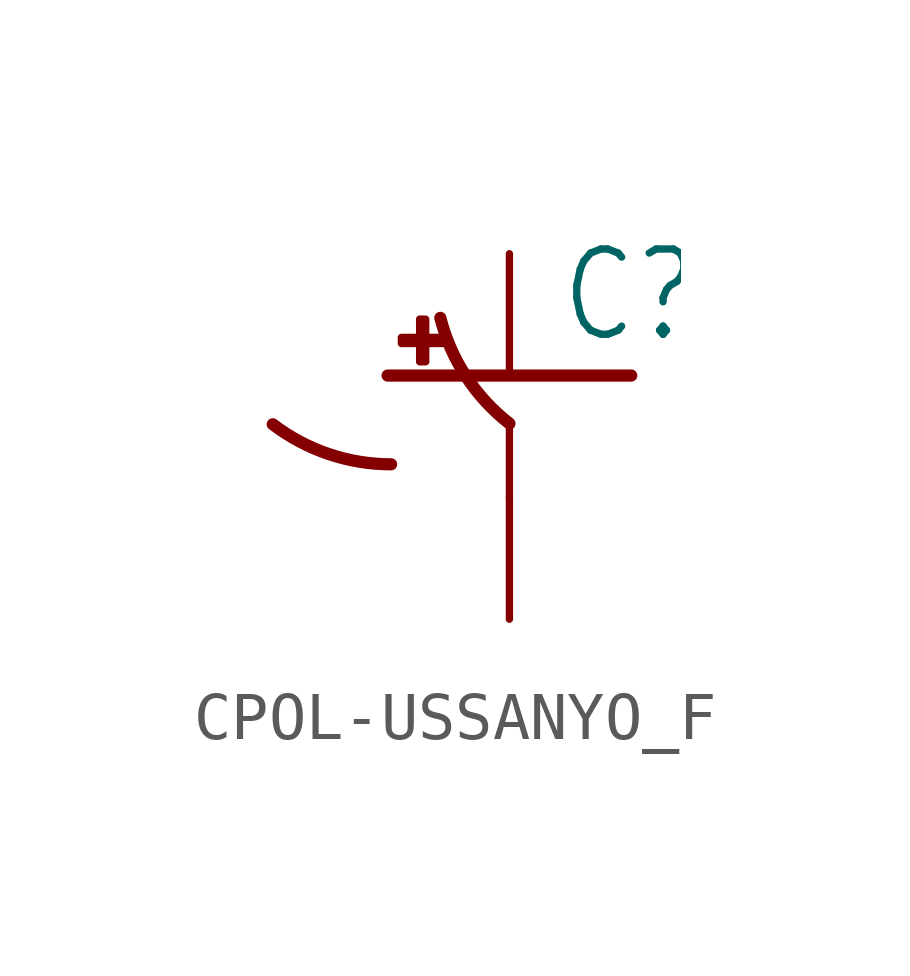
<source format=kicad_sym>
(kicad_symbol_lib
  (version 20241209)
  (generator "kicad_symbol_editor")
  (generator_version "9.0")
  (symbol "CPOL-USSANYO_F"
    (property "Reference" "C"
      (at 1.016 0.635 0)
      (effects (font (size 1.778 1.511)) (justify left bottom)))
    (property "Value" ""
      (at 1.016 -4.191 0)
      (effects (font (size 1.778 1.511)) (justify left bottom)))
    (property "ki_locked" ""
      (at 0 0 0)
      (effects (font (size 1.27 1.27))))
    (symbol "CPOL-USSANYO_F_1_0"
      (polyline (pts (xy -2.54 0) (xy 2.54 0)) (stroke (width 0.254) (type solid)) (fill (type none)))
      (arc (start -2.4669 -1.8504) (mid -3.7689 -1.6361) (end -4.9337 -1.0159) (stroke (width 0.254) (type solid)) (fill (type none)))
      (rectangle (start -2.253 0.668) (end -1.364 0.795) (stroke (width 0) (type default)) (fill (type outline)))
      (rectangle (start -1.872 0.287) (end -1.745 1.176) (stroke (width 0) (type default)) (fill (type outline)))
      (polyline (pts (xy 0 -1.016) (xy 0 -2.54)) (stroke (width 0.152) (type solid)) (fill (type none)))
      (arc (start 0 -1) (mid -0.9038 -0.0189) (end -1.4403 1.2025) (stroke (width 0.254) (type solid)) (fill (type none)))
      (pin passive line (at 0 2.54 270) (length 2.54) (name "+" (effects (font (size 0 0)))) (number "+" (effects (font (size 0 0)))))
      (pin passive line (at 0 -5.08 90) (length 2.54) (name "-" (effects (font (size 0 0)))) (number "-" (effects (font (size 0 0))))))))
</source>
